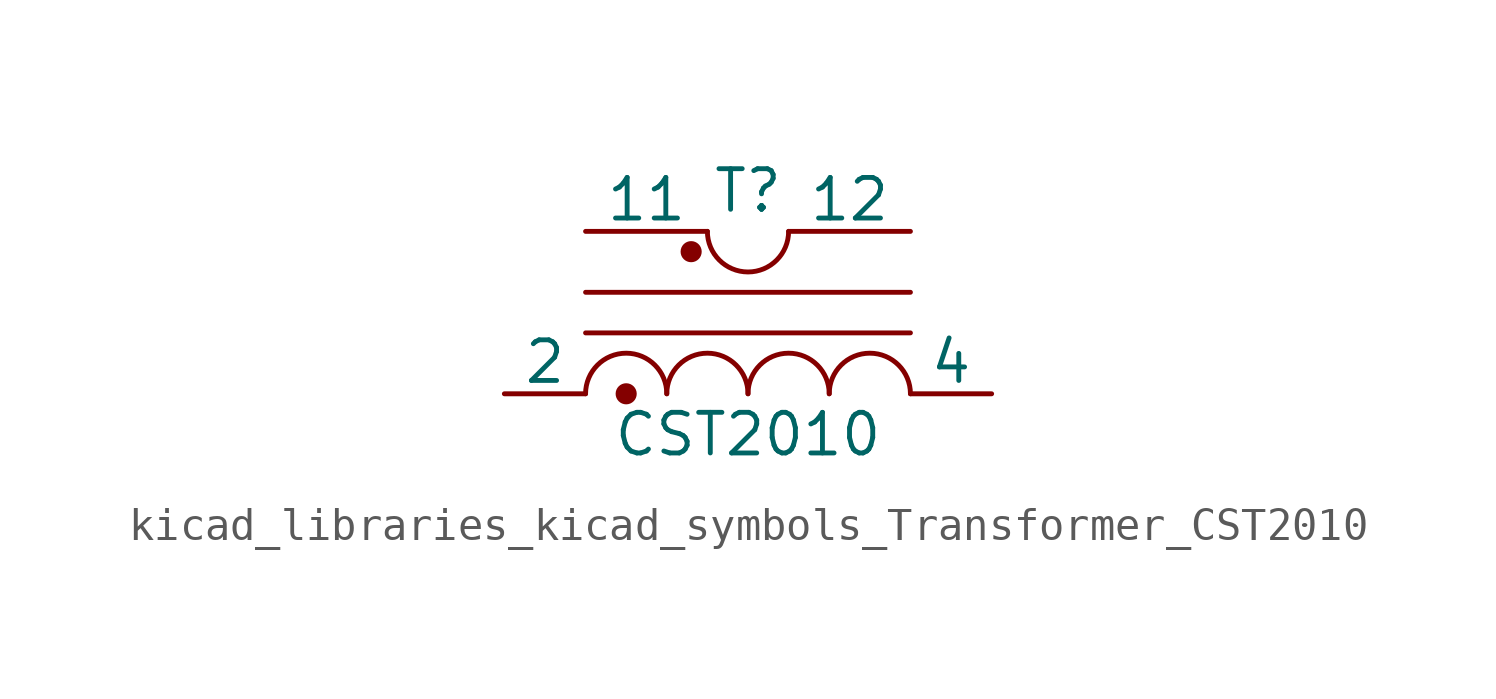
<source format=kicad_sym>
(kicad_symbol_lib
  (version 20220914)
  (generator kicad_symbol_editor)
  (symbol "kicad_libraries_kicad_symbols_Transformer_CST2010"
    (pin_numbers hide)
    (pin_names
      (offset 0))
    (property "Reference" "T"
      (at 0 6.35 0)
      (effects (font (size 1.27 1.27))))
    (property "Value" "CST2010"
      (at 0 -1.27 0)
      (effects (font (size 1.27 1.27))))
    (property "ki_locked" ""
      (at 0 0 0)
      (effects (font (size 1.27 1.27))))
    (symbol "kicad_libraries_kicad_symbols_Transformer_CST2010_0_1"
      (circle (center -3.81 0) (radius 0.254) (stroke (width 0) (type default)) (fill (type outline)))
      (arc (start -2.54 0) (mid -3.81 1.2645) (end -5.08 0) (stroke (width 0) (type default)) (fill (type none)))
      (circle (center -1.778 4.445) (radius 0.254) (stroke (width 0) (type default)) (fill (type outline)))
      (arc (start -1.27 5.08) (mid 0 3.8155) (end 1.27 5.08) (stroke (width 0) (type default)) (fill (type none)))
      (arc (start 0 0) (mid -1.27 1.2645) (end -2.54 0) (stroke (width 0) (type default)) (fill (type none)))
      (polyline (pts (xy -5.08 1.905) (xy 5.08 1.905)) (stroke (width 0) (type default)) (fill (type none)))
      (polyline (pts (xy -5.08 3.175) (xy 5.08 3.175)) (stroke (width 0) (type default)) (fill (type none)))
      (arc (start 2.54 0) (mid 1.27 1.2645) (end 0 0) (stroke (width 0) (type default)) (fill (type none)))
      (arc (start 5.08 0) (mid 3.81 1.2645) (end 2.54 0) (stroke (width 0) (type default)) (fill (type none)))
      (pin passive line (at -5.08 5.08 0) (length 3.81) (name "11" (effects (font (size 1.27 1.27)))) (number "11" (effects (font (size 1.27 1.27)))))
      (pin passive line (at 5.08 5.08 180) (length 3.81) (name "12" (effects (font (size 1.27 1.27)))) (number "12" (effects (font (size 1.27 1.27)))))
      (pin passive line (at -7.62 0 0) (length 2.54) (name "2" (effects (font (size 1.27 1.27)))) (number "2" (effects (font (size 1.27 1.27)))))
      (pin passive line (at 7.62 0 180) (length 2.54) (name "4" (effects (font (size 1.27 1.27)))) (number "4" (effects (font (size 1.27 1.27))))))
    (symbol "kicad_libraries_kicad_symbols_Transformer_CST2010_1_1"
      (pin no_connect line (at -5.08 0 0) (length 2.54) hide (name "1" (effects (font (size 1.27 1.27)))) (number "1" (effects (font (size 1.27 1.27)))))
      (pin no_connect line (at 2.54 2.54 0) (length 2.54) hide (name "10" (effects (font (size 1.27 1.27)))) (number "10" (effects (font (size 1.27 1.27)))))
      (pin no_connect line (at -2.54 0 0) (length 2.54) hide (name "3" (effects (font (size 1.27 1.27)))) (number "3" (effects (font (size 1.27 1.27)))))
      (pin no_connect line (at 0 0 0) (length 2.54) hide (name "5" (effects (font (size 1.27 1.27)))) (number "5" (effects (font (size 1.27 1.27)))))
      (pin no_connect line (at 2.54 0 0) (length 2.54) hide (name "6" (effects (font (size 1.27 1.27)))) (number "6" (effects (font (size 1.27 1.27)))))
      (pin no_connect line (at -5.08 2.54 0) (length 2.54) hide (name "7" (effects (font (size 1.27 1.27)))) (number "7" (effects (font (size 1.27 1.27)))))
      (pin no_connect line (at -2.54 2.54 0) (length 2.54) hide (name "8" (effects (font (size 1.27 1.27)))) (number "8" (effects (font (size 1.27 1.27)))))
      (pin no_connect line (at 0 2.54 0) (length 2.54) hide (name "9" (effects (font (size 1.27 1.27)))) (number "9" (effects (font (size 1.27 1.27))))))))
</source>
